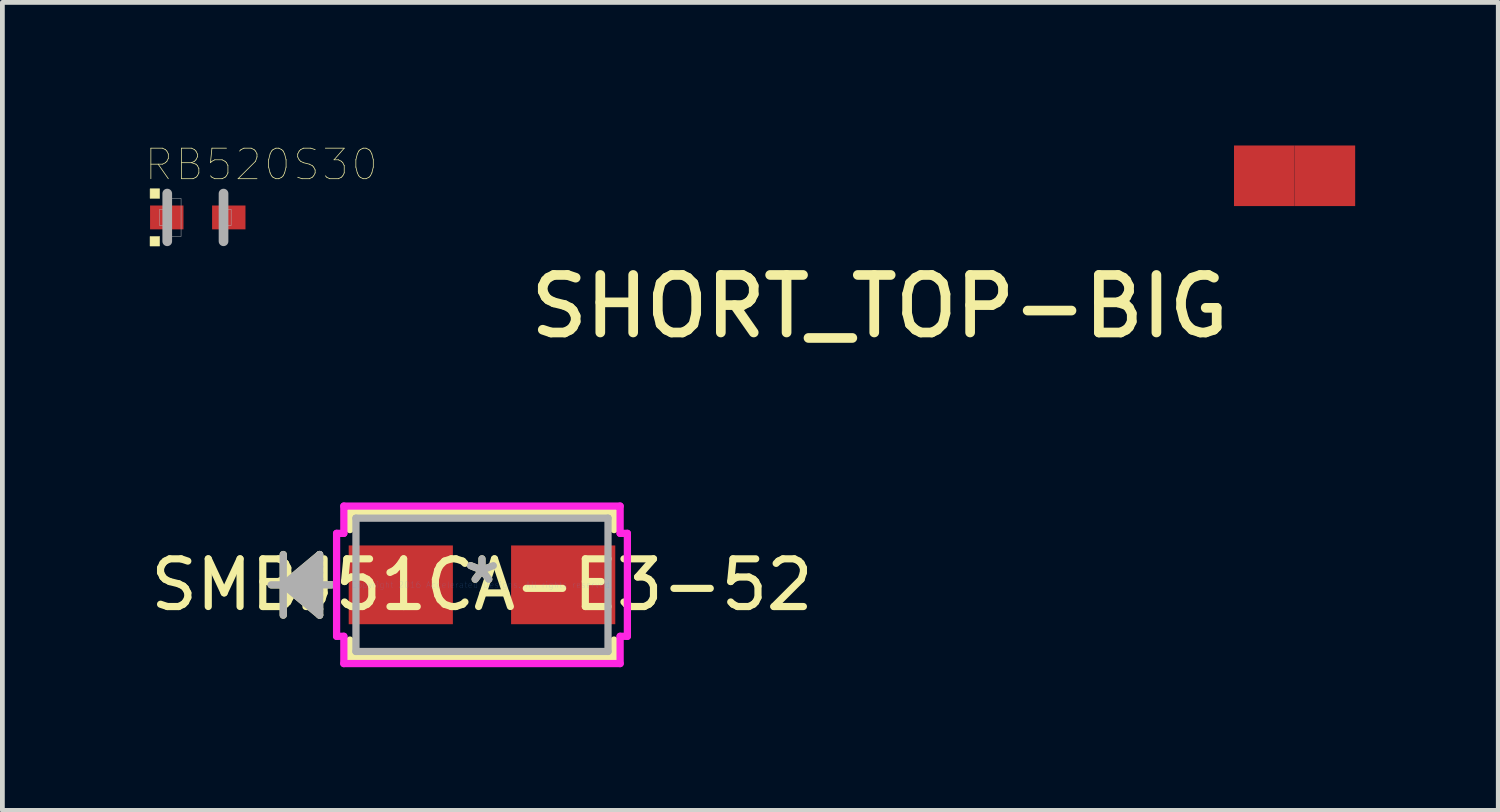
<source format=kicad_pcb>
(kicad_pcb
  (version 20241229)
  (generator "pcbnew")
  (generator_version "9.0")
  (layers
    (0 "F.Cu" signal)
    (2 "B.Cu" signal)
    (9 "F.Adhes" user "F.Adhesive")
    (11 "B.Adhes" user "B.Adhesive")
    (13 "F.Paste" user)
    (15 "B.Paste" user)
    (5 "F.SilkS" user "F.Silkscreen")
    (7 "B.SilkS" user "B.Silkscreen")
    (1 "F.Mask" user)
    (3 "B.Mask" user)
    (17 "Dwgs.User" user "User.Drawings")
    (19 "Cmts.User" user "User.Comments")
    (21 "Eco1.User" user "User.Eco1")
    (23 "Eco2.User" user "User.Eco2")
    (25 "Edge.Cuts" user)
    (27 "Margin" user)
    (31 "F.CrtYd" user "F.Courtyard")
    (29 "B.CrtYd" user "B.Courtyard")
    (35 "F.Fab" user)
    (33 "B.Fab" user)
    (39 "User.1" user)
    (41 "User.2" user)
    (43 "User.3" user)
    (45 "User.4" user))
  (footprint "RB520S30"
    (layer "F.Cu")
    (at 1.046 1.508)
    (property "Reference" "RB520S30" (at 1.383 -1.107 0) (layer "F.SilkS") (effects (font (size 0.64 0.64) (thickness 0.015))))
    (attr through_hole)
    (fp_poly (pts (xy -0.951 0.4) (xy -0.75 0.4) (xy -0.75 0.6) (xy -0.951 0.6)) (stroke (width 0.01) (type solid)) (fill yes) (layer "F.SilkS"))
    (fp_poly (pts (xy -0.95 -0.6) (xy -0.75 -0.6) (xy -0.75 -0.4) (xy -0.95 -0.4)) (stroke (width 0.01) (type solid)) (fill yes) (layer "F.SilkS"))
    (fp_line (start -0.59 0.5) (end -0.59 -0.5) (stroke (width 0.203) (type solid)) (layer "F.Fab"))
    (fp_line (start 0.59 -0.5) (end 0.59 0.5) (stroke (width 0.203) (type solid)) (layer "F.Fab"))
    (fp_poly (pts (xy -0.751 -0.17) (xy -0.54 -0.17) (xy -0.54 0.17) (xy -0.751 0.17)) (stroke (width 0.01) (type solid)) (fill no) (layer "F.Fab"))
    (fp_poly (pts (xy -0.591 -0.4) (xy -0.3 -0.4) (xy -0.3 0.401) (xy -0.591 0.401)) (stroke (width 0.01) (type solid)) (fill no) (layer "F.Fab"))
    (fp_poly (pts (xy 0.54 -0.17) (xy 0.75 -0.17) (xy 0.75 0.17) (xy 0.54 0.17)) (stroke (width 0.01) (type solid)) (fill no) (layer "F.Fab"))
    (pad "A" smd rect (at 0.7 0) (size 0.7 0.5) (layers "F.Cu" "F.Mask" "F.Paste"))
    (pad "C" smd rect (at -0.6 0) (size 0.7 0.5) (layers "F.Cu" "F.Mask" "F.Paste")))
  (footprint "SHORT_TOP-BIG"
    (layer "F.Cu")
    (at 24.089 0.635)
    (property "Reference" "SHORT_TOP-BIG" (at -1.27 2.032 0) (layer "F.SilkS") (effects (font (size 1.206 1.206) (thickness 0.203)) (justify right top)))
    (attr through_hole)
    (pad "1" smd rect (at 0.635 0) (size 1.27 1.27) (layers "F.Cu" "F.Mask"))
    (pad "2" smd rect (at -0.635 0) (size 1.27 1.27) (layers "F.Cu" "F.Mask")))
  (footprint "SMBJ51CA-E3-52"
    (layer "F.Cu")
    (at 7.054 9.21)
    (property "Reference" "SMBJ51CA-E3-52" (at 0 0 0) (layer "F.SilkS") (effects (font (size 1 1) (thickness 0.15))))
    (attr through_hole)
    (fp_line (start -4.166 -0.635) (end -4.166 0.635) (stroke (width 0.152) (type solid)) (layer "F.SilkS"))
    (fp_line (start -4.166 0) (end -3.404 -0.635) (stroke (width 0.152) (type solid)) (layer "F.SilkS"))
    (fp_line (start -4.166 0) (end -3.404 -0.508) (stroke (width 0.152) (type solid)) (layer "F.SilkS"))
    (fp_line (start -4.166 0) (end -3.404 -0.381) (stroke (width 0.152) (type solid)) (layer "F.SilkS"))
    (fp_line (start -4.166 0) (end -3.404 -0.254) (stroke (width 0.152) (type solid)) (layer "F.SilkS"))
    (fp_line (start -4.166 0) (end -3.404 -0.127) (stroke (width 0.152) (type solid)) (layer "F.SilkS"))
    (fp_line (start -4.166 0) (end -3.404 0.127) (stroke (width 0.152) (type solid)) (layer "F.SilkS"))
    (fp_line (start -4.166 0) (end -3.404 0.254) (stroke (width 0.152) (type solid)) (layer "F.SilkS"))
    (fp_line (start -4.166 0) (end -3.404 0.381) (stroke (width 0.152) (type solid)) (layer "F.SilkS"))
    (fp_line (start -4.166 0) (end -3.404 0.508) (stroke (width 0.152) (type solid)) (layer "F.SilkS"))
    (fp_line (start -4.166 0) (end -3.404 0.635) (stroke (width 0.152) (type solid)) (layer "F.SilkS"))
    (fp_line (start -3.404 -0.635) (end -3.404 0.635) (stroke (width 0.152) (type solid)) (layer "F.SilkS"))
    (fp_line (start -3.15 0) (end -4.42 0) (stroke (width 0.152) (type solid)) (layer "F.SilkS"))
    (fp_line (start -2.769 -1.524) (end -2.769 -1.158) (stroke (width 0.152) (type solid)) (layer "F.SilkS"))
    (fp_line (start -2.769 1.158) (end -2.769 1.524) (stroke (width 0.152) (type solid)) (layer "F.SilkS"))
    (fp_line (start -2.769 1.524) (end 2.769 1.524) (stroke (width 0.152) (type solid)) (layer "F.SilkS"))
    (fp_line (start 2.769 -1.524) (end -2.769 -1.524) (stroke (width 0.152) (type solid)) (layer "F.SilkS"))
    (fp_line (start 2.769 -1.158) (end 2.769 -1.524) (stroke (width 0.152) (type solid)) (layer "F.SilkS"))
    (fp_line (start 2.769 1.524) (end 2.769 1.158) (stroke (width 0.152) (type solid)) (layer "F.SilkS"))
    (fp_line (start -3.048 -1.079) (end -2.896 -1.079) (stroke (width 0.152) (type solid)) (layer "F.CrtYd"))
    (fp_line (start -3.048 1.079) (end -3.048 -1.079) (stroke (width 0.152) (type solid)) (layer "F.CrtYd"))
    (fp_line (start -2.896 -1.651) (end 2.896 -1.651) (stroke (width 0.152) (type solid)) (layer "F.CrtYd"))
    (fp_line (start -2.896 -1.079) (end -2.896 -1.651) (stroke (width 0.152) (type solid)) (layer "F.CrtYd"))
    (fp_line (start -2.896 1.079) (end -3.048 1.079) (stroke (width 0.152) (type solid)) (layer "F.CrtYd"))
    (fp_line (start -2.896 1.651) (end -2.896 1.079) (stroke (width 0.152) (type solid)) (layer "F.CrtYd"))
    (fp_line (start 2.896 -1.651) (end 2.896 -1.079) (stroke (width 0.152) (type solid)) (layer "F.CrtYd"))
    (fp_line (start 2.896 -1.079) (end 3.048 -1.079) (stroke (width 0.152) (type solid)) (layer "F.CrtYd"))
    (fp_line (start 2.896 1.079) (end 2.896 1.651) (stroke (width 0.152) (type solid)) (layer "F.CrtYd"))
    (fp_line (start 2.896 1.651) (end -2.896 1.651) (stroke (width 0.152) (type solid)) (layer "F.CrtYd"))
    (fp_line (start 3.048 -1.079) (end 3.048 1.079) (stroke (width 0.152) (type solid)) (layer "F.CrtYd"))
    (fp_line (start 3.048 1.079) (end 2.896 1.079) (stroke (width 0.152) (type solid)) (layer "F.CrtYd"))
    (fp_line (start -4.166 -0.635) (end -4.166 0.635) (stroke (width 0.152) (type solid)) (layer "F.Fab"))
    (fp_line (start -4.166 0) (end -3.404 -0.635) (stroke (width 0.152) (type solid)) (layer "F.Fab"))
    (fp_line (start -4.166 0) (end -3.404 -0.508) (stroke (width 0.152) (type solid)) (layer "F.Fab"))
    (fp_line (start -4.166 0) (end -3.404 -0.381) (stroke (width 0.152) (type solid)) (layer "F.Fab"))
    (fp_line (start -4.166 0) (end -3.404 -0.254) (stroke (width 0.152) (type solid)) (layer "F.Fab"))
    (fp_line (start -4.166 0) (end -3.404 -0.127) (stroke (width 0.152) (type solid)) (layer "F.Fab"))
    (fp_line (start -4.166 0) (end -3.404 0.127) (stroke (width 0.152) (type solid)) (layer "F.Fab"))
    (fp_line (start -4.166 0) (end -3.404 0.254) (stroke (width 0.152) (type solid)) (layer "F.Fab"))
    (fp_line (start -4.166 0) (end -3.404 0.381) (stroke (width 0.152) (type solid)) (layer "F.Fab"))
    (fp_line (start -4.166 0) (end -3.404 0.508) (stroke (width 0.152) (type solid)) (layer "F.Fab"))
    (fp_line (start -4.166 0) (end -3.404 0.635) (stroke (width 0.152) (type solid)) (layer "F.Fab"))
    (fp_line (start -3.404 -0.635) (end -3.404 0.635) (stroke (width 0.152) (type solid)) (layer "F.Fab"))
    (fp_line (start -3.15 0) (end -4.42 0) (stroke (width 0.152) (type solid)) (layer "F.Fab"))
    (fp_line (start -2.642 -1.397) (end -2.642 1.397) (stroke (width 0.152) (type solid)) (layer "F.Fab"))
    (fp_line (start -2.642 1.397) (end 2.642 1.397) (stroke (width 0.152) (type solid)) (layer "F.Fab"))
    (fp_line (start 2.642 -1.397) (end -2.642 -1.397) (stroke (width 0.152) (type solid)) (layer "F.Fab"))
    (fp_line (start 2.642 1.397) (end 2.642 -1.397) (stroke (width 0.152) (type solid)) (layer "F.Fab"))
    (fp_text user "*" (at 0 0 0) (layer "F.SilkS") (effects (font (size 1 1) (thickness 0.15))))
    (fp_text user "Copyright 2016 Accelerated Designs. All rights reserved." (at 0 0 0) (layer "Cmts.User") (effects (font (size 0.127 0.127) (thickness 0.002))))
    (fp_text user "*" (at 0 0 0) (layer "F.Fab") (effects (font (size 1 1) (thickness 0.15))))
    (pad "1" smd rect (at -1.702 0 90) (size 1.651 2.184) (layers "F.Cu" "F.Mask" "F.Paste"))
    (pad "2" smd rect (at 1.702 0 90) (size 1.651 2.184) (layers "F.Cu" "F.Mask" "F.Paste")))
  (gr_rect
    (start -3 -3)
    (end 28.359 13.938)
    (stroke (width 0.1) (type default))
    (fill no)
    (layer "Edge.Cuts")))
</source>
